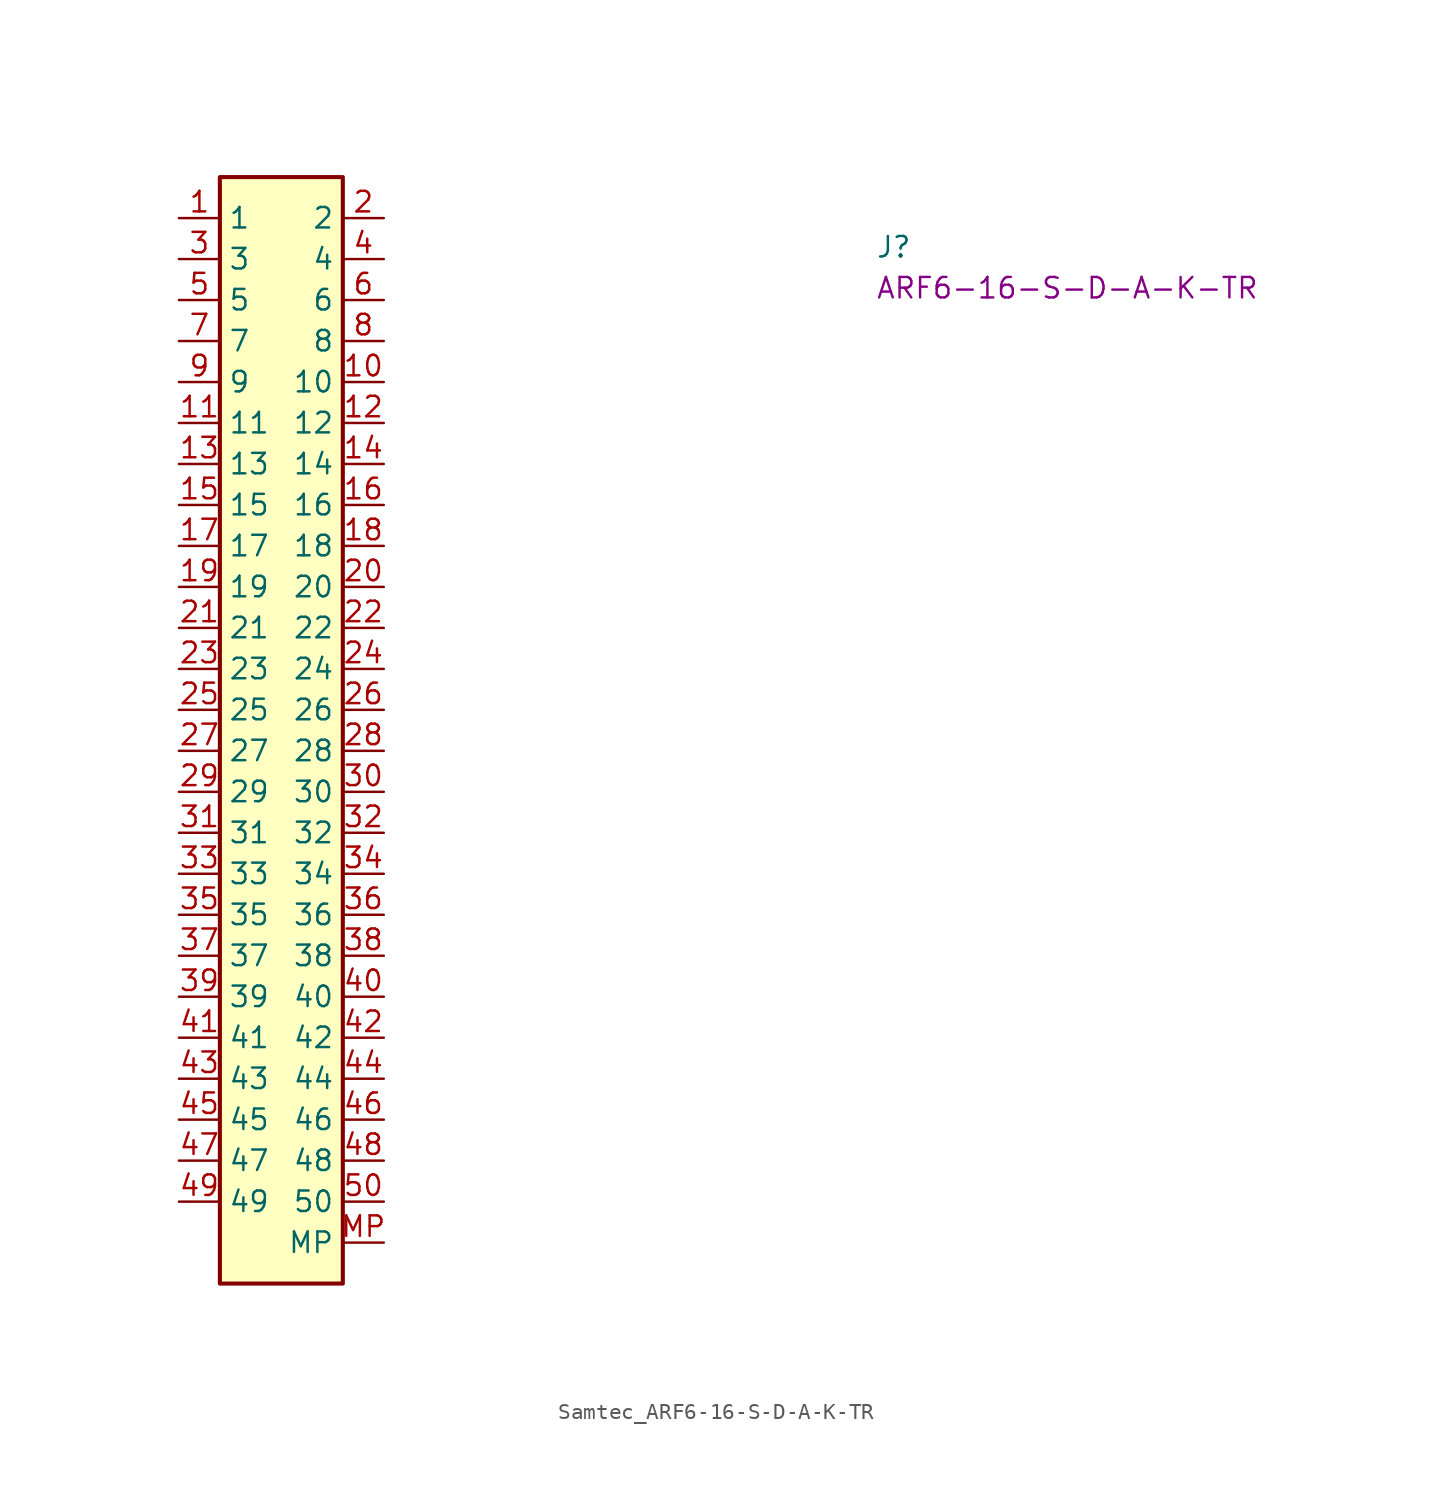
<source format=kicad_sym>
(kicad_symbol_lib
  (version 20220914)
  (generator kicad_symbol_editor)
  (symbol "Samtec_ARF6-16-S-D-A-K-TR"
    (property "Reference" "J"
      (at 43.18 -2.54 0)
      (effects (font (size 1.27 1.27) (thickness 0.15)) (justify left bottom)))
    (property "MPN" "ARF6-16-S-D-A-K-TR"
      (at 43.18 -5.08 0)
      (effects (font (size 1.27 1.27) (thickness 0.15)) (justify left bottom)))
    (symbol "Samtec_ARF6-16-S-D-A-K-TR_1_1"
      (rectangle (start 2.54 2.54) (end 10.16 -66.04) (stroke (width 0.254) (type default)) (fill (type background)))
      (pin passive line (at 0 0 0) (length 2.54) (name "1" (effects (font (size 1.27 1.27)))) (number "1" (effects (font (size 1.27 1.27)))))
      (pin passive line (at 12.7 -10.16 180) (length 2.54) (name "10" (effects (font (size 1.27 1.27)))) (number "10" (effects (font (size 1.27 1.27)))))
      (pin passive line (at 0 -12.7 0) (length 2.54) (name "11" (effects (font (size 1.27 1.27)))) (number "11" (effects (font (size 1.27 1.27)))))
      (pin passive line (at 12.7 -12.7 180) (length 2.54) (name "12" (effects (font (size 1.27 1.27)))) (number "12" (effects (font (size 1.27 1.27)))))
      (pin passive line (at 0 -15.24 0) (length 2.54) (name "13" (effects (font (size 1.27 1.27)))) (number "13" (effects (font (size 1.27 1.27)))))
      (pin passive line (at 12.7 -15.24 180) (length 2.54) (name "14" (effects (font (size 1.27 1.27)))) (number "14" (effects (font (size 1.27 1.27)))))
      (pin passive line (at 0 -17.78 0) (length 2.54) (name "15" (effects (font (size 1.27 1.27)))) (number "15" (effects (font (size 1.27 1.27)))))
      (pin passive line (at 12.7 -17.78 180) (length 2.54) (name "16" (effects (font (size 1.27 1.27)))) (number "16" (effects (font (size 1.27 1.27)))))
      (pin passive line (at 0 -20.32 0) (length 2.54) (name "17" (effects (font (size 1.27 1.27)))) (number "17" (effects (font (size 1.27 1.27)))))
      (pin passive line (at 12.7 -20.32 180) (length 2.54) (name "18" (effects (font (size 1.27 1.27)))) (number "18" (effects (font (size 1.27 1.27)))))
      (pin passive line (at 0 -22.86 0) (length 2.54) (name "19" (effects (font (size 1.27 1.27)))) (number "19" (effects (font (size 1.27 1.27)))))
      (pin passive line (at 12.7 0 180) (length 2.54) (name "2" (effects (font (size 1.27 1.27)))) (number "2" (effects (font (size 1.27 1.27)))))
      (pin passive line (at 12.7 -22.86 180) (length 2.54) (name "20" (effects (font (size 1.27 1.27)))) (number "20" (effects (font (size 1.27 1.27)))))
      (pin passive line (at 0 -25.4 0) (length 2.54) (name "21" (effects (font (size 1.27 1.27)))) (number "21" (effects (font (size 1.27 1.27)))))
      (pin passive line (at 12.7 -25.4 180) (length 2.54) (name "22" (effects (font (size 1.27 1.27)))) (number "22" (effects (font (size 1.27 1.27)))))
      (pin passive line (at 0 -27.94 0) (length 2.54) (name "23" (effects (font (size 1.27 1.27)))) (number "23" (effects (font (size 1.27 1.27)))))
      (pin passive line (at 12.7 -27.94 180) (length 2.54) (name "24" (effects (font (size 1.27 1.27)))) (number "24" (effects (font (size 1.27 1.27)))))
      (pin passive line (at 0 -30.48 0) (length 2.54) (name "25" (effects (font (size 1.27 1.27)))) (number "25" (effects (font (size 1.27 1.27)))))
      (pin passive line (at 12.7 -30.48 180) (length 2.54) (name "26" (effects (font (size 1.27 1.27)))) (number "26" (effects (font (size 1.27 1.27)))))
      (pin passive line (at 0 -33.02 0) (length 2.54) (name "27" (effects (font (size 1.27 1.27)))) (number "27" (effects (font (size 1.27 1.27)))))
      (pin passive line (at 12.7 -33.02 180) (length 2.54) (name "28" (effects (font (size 1.27 1.27)))) (number "28" (effects (font (size 1.27 1.27)))))
      (pin passive line (at 0 -35.56 0) (length 2.54) (name "29" (effects (font (size 1.27 1.27)))) (number "29" (effects (font (size 1.27 1.27)))))
      (pin passive line (at 0 -2.54 0) (length 2.54) (name "3" (effects (font (size 1.27 1.27)))) (number "3" (effects (font (size 1.27 1.27)))))
      (pin passive line (at 12.7 -35.56 180) (length 2.54) (name "30" (effects (font (size 1.27 1.27)))) (number "30" (effects (font (size 1.27 1.27)))))
      (pin passive line (at 0 -38.1 0) (length 2.54) (name "31" (effects (font (size 1.27 1.27)))) (number "31" (effects (font (size 1.27 1.27)))))
      (pin passive line (at 12.7 -38.1 180) (length 2.54) (name "32" (effects (font (size 1.27 1.27)))) (number "32" (effects (font (size 1.27 1.27)))))
      (pin passive line (at 0 -40.64 0) (length 2.54) (name "33" (effects (font (size 1.27 1.27)))) (number "33" (effects (font (size 1.27 1.27)))))
      (pin passive line (at 12.7 -40.64 180) (length 2.54) (name "34" (effects (font (size 1.27 1.27)))) (number "34" (effects (font (size 1.27 1.27)))))
      (pin passive line (at 0 -43.18 0) (length 2.54) (name "35" (effects (font (size 1.27 1.27)))) (number "35" (effects (font (size 1.27 1.27)))))
      (pin passive line (at 12.7 -43.18 180) (length 2.54) (name "36" (effects (font (size 1.27 1.27)))) (number "36" (effects (font (size 1.27 1.27)))))
      (pin passive line (at 0 -45.72 0) (length 2.54) (name "37" (effects (font (size 1.27 1.27)))) (number "37" (effects (font (size 1.27 1.27)))))
      (pin passive line (at 12.7 -45.72 180) (length 2.54) (name "38" (effects (font (size 1.27 1.27)))) (number "38" (effects (font (size 1.27 1.27)))))
      (pin passive line (at 0 -48.26 0) (length 2.54) (name "39" (effects (font (size 1.27 1.27)))) (number "39" (effects (font (size 1.27 1.27)))))
      (pin passive line (at 12.7 -2.54 180) (length 2.54) (name "4" (effects (font (size 1.27 1.27)))) (number "4" (effects (font (size 1.27 1.27)))))
      (pin passive line (at 12.7 -48.26 180) (length 2.54) (name "40" (effects (font (size 1.27 1.27)))) (number "40" (effects (font (size 1.27 1.27)))))
      (pin passive line (at 0 -50.8 0) (length 2.54) (name "41" (effects (font (size 1.27 1.27)))) (number "41" (effects (font (size 1.27 1.27)))))
      (pin passive line (at 12.7 -50.8 180) (length 2.54) (name "42" (effects (font (size 1.27 1.27)))) (number "42" (effects (font (size 1.27 1.27)))))
      (pin passive line (at 0 -53.34 0) (length 2.54) (name "43" (effects (font (size 1.27 1.27)))) (number "43" (effects (font (size 1.27 1.27)))))
      (pin passive line (at 12.7 -53.34 180) (length 2.54) (name "44" (effects (font (size 1.27 1.27)))) (number "44" (effects (font (size 1.27 1.27)))))
      (pin passive line (at 0 -55.88 0) (length 2.54) (name "45" (effects (font (size 1.27 1.27)))) (number "45" (effects (font (size 1.27 1.27)))))
      (pin passive line (at 12.7 -55.88 180) (length 2.54) (name "46" (effects (font (size 1.27 1.27)))) (number "46" (effects (font (size 1.27 1.27)))))
      (pin passive line (at 0 -58.42 0) (length 2.54) (name "47" (effects (font (size 1.27 1.27)))) (number "47" (effects (font (size 1.27 1.27)))))
      (pin passive line (at 12.7 -58.42 180) (length 2.54) (name "48" (effects (font (size 1.27 1.27)))) (number "48" (effects (font (size 1.27 1.27)))))
      (pin passive line (at 0 -60.96 0) (length 2.54) (name "49" (effects (font (size 1.27 1.27)))) (number "49" (effects (font (size 1.27 1.27)))))
      (pin passive line (at 0 -5.08 0) (length 2.54) (name "5" (effects (font (size 1.27 1.27)))) (number "5" (effects (font (size 1.27 1.27)))))
      (pin passive line (at 12.7 -60.96 180) (length 2.54) (name "50" (effects (font (size 1.27 1.27)))) (number "50" (effects (font (size 1.27 1.27)))))
      (pin passive line (at 12.7 -5.08 180) (length 2.54) (name "6" (effects (font (size 1.27 1.27)))) (number "6" (effects (font (size 1.27 1.27)))))
      (pin passive line (at 0 -7.62 0) (length 2.54) (name "7" (effects (font (size 1.27 1.27)))) (number "7" (effects (font (size 1.27 1.27)))))
      (pin passive line (at 12.7 -7.62 180) (length 2.54) (name "8" (effects (font (size 1.27 1.27)))) (number "8" (effects (font (size 1.27 1.27)))))
      (pin passive line (at 0 -10.16 0) (length 2.54) (name "9" (effects (font (size 1.27 1.27)))) (number "9" (effects (font (size 1.27 1.27)))))
      (pin passive line (at 12.7 -63.5 180) (length 2.54) (name "MP" (effects (font (size 1.27 1.27)))) (number "MP" (effects (font (size 1.27 1.27))))))))
</source>
